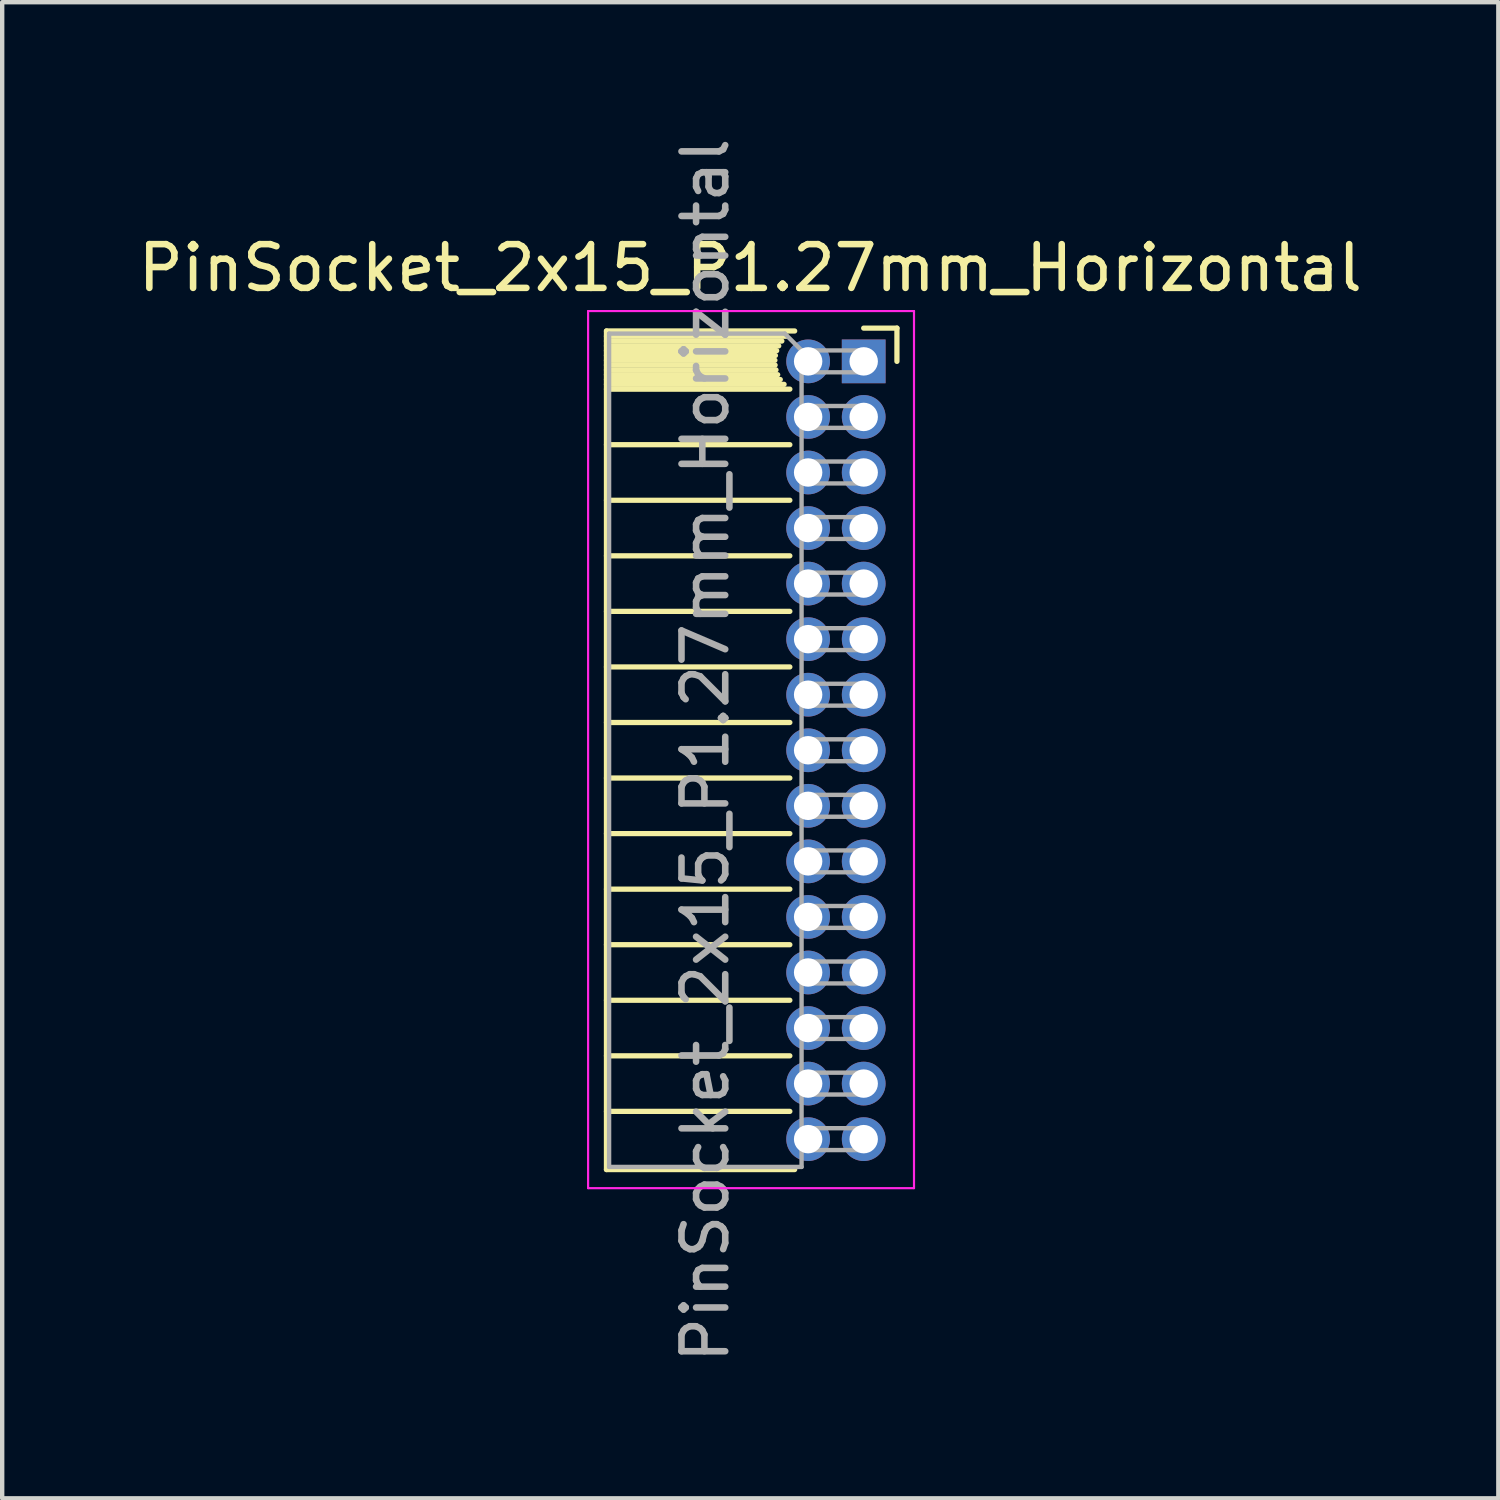
<source format=kicad_pcb>
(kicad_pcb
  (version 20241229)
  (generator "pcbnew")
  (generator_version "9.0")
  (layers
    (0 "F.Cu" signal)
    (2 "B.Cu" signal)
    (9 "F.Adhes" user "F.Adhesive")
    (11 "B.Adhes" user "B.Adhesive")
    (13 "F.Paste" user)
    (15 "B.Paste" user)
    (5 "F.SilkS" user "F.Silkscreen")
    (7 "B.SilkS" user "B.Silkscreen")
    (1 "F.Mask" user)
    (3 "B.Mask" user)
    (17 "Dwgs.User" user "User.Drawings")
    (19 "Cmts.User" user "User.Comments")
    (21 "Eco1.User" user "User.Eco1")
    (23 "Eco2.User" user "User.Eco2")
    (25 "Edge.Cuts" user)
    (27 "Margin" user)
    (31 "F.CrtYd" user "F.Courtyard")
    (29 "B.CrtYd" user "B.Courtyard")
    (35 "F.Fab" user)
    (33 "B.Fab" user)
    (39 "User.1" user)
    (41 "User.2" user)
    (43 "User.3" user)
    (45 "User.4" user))
  (footprint "PinSocket_2x15_P1.27mm_Horizontal"
    (layer "F.Cu")
    (at 16.694 5.211)
    (property "Reference" "PinSocket_2x15_P1.27mm_Horizontal" (at -2.592 -2.135 0) (layer "F.SilkS") (effects (font (size 1 1) (thickness 0.15))))
    (attr through_hole)
    (fp_line (start -5.88 -0.695) (end -5.88 18.475) (stroke (width 0.12) (type solid)) (layer "F.SilkS"))
    (fp_line (start -5.88 -0.695) (end -1.578 -0.695) (stroke (width 0.12) (type solid)) (layer "F.SilkS"))
    (fp_line (start -5.88 -0.575) (end -1.767 -0.575) (stroke (width 0.12) (type solid)) (layer "F.SilkS"))
    (fp_line (start -5.88 -0.465) (end -1.871 -0.465) (stroke (width 0.12) (type solid)) (layer "F.SilkS"))
    (fp_line (start -5.88 -0.355) (end -1.942 -0.355) (stroke (width 0.12) (type solid)) (layer "F.SilkS"))
    (fp_line (start -5.88 -0.245) (end -1.989 -0.245) (stroke (width 0.12) (type solid)) (layer "F.SilkS"))
    (fp_line (start -5.88 -0.135) (end -2.018 -0.135) (stroke (width 0.12) (type solid)) (layer "F.SilkS"))
    (fp_line (start -5.88 -0.025) (end -2.03 -0.025) (stroke (width 0.12) (type solid)) (layer "F.SilkS"))
    (fp_line (start -5.88 0.085) (end -2.025 0.085) (stroke (width 0.12) (type solid)) (layer "F.SilkS"))
    (fp_line (start -5.88 0.195) (end -2.005 0.195) (stroke (width 0.12) (type solid)) (layer "F.SilkS"))
    (fp_line (start -5.88 0.305) (end -1.966 0.305) (stroke (width 0.12) (type solid)) (layer "F.SilkS"))
    (fp_line (start -5.88 0.415) (end -1.907 0.415) (stroke (width 0.12) (type solid)) (layer "F.SilkS"))
    (fp_line (start -5.88 0.525) (end -1.82 0.525) (stroke (width 0.12) (type solid)) (layer "F.SilkS"))
    (fp_line (start -5.88 0.635) (end -1.688 0.635) (stroke (width 0.12) (type solid)) (layer "F.SilkS"))
    (fp_line (start -5.88 1.905) (end -1.688 1.905) (stroke (width 0.12) (type solid)) (layer "F.SilkS"))
    (fp_line (start -5.88 3.175) (end -1.688 3.175) (stroke (width 0.12) (type solid)) (layer "F.SilkS"))
    (fp_line (start -5.88 4.445) (end -1.688 4.445) (stroke (width 0.12) (type solid)) (layer "F.SilkS"))
    (fp_line (start -5.88 5.715) (end -1.688 5.715) (stroke (width 0.12) (type solid)) (layer "F.SilkS"))
    (fp_line (start -5.88 6.985) (end -1.688 6.985) (stroke (width 0.12) (type solid)) (layer "F.SilkS"))
    (fp_line (start -5.88 8.255) (end -1.688 8.255) (stroke (width 0.12) (type solid)) (layer "F.SilkS"))
    (fp_line (start -5.88 9.525) (end -1.688 9.525) (stroke (width 0.12) (type solid)) (layer "F.SilkS"))
    (fp_line (start -5.88 10.795) (end -1.688 10.795) (stroke (width 0.12) (type solid)) (layer "F.SilkS"))
    (fp_line (start -5.88 12.065) (end -1.688 12.065) (stroke (width 0.12) (type solid)) (layer "F.SilkS"))
    (fp_line (start -5.88 13.335) (end -1.688 13.335) (stroke (width 0.12) (type solid)) (layer "F.SilkS"))
    (fp_line (start -5.88 14.605) (end -1.688 14.605) (stroke (width 0.12) (type solid)) (layer "F.SilkS"))
    (fp_line (start -5.88 15.875) (end -1.688 15.875) (stroke (width 0.12) (type solid)) (layer "F.SilkS"))
    (fp_line (start -5.88 17.145) (end -1.688 17.145) (stroke (width 0.12) (type solid)) (layer "F.SilkS"))
    (fp_line (start -5.88 18.475) (end -1.578 18.475) (stroke (width 0.12) (type solid)) (layer "F.SilkS"))
    (fp_line (start 0 -0.76) (end 0.76 -0.76) (stroke (width 0.12) (type solid)) (layer "F.SilkS"))
    (fp_line (start 0.76 -0.76) (end 0.76 0) (stroke (width 0.12) (type solid)) (layer "F.SilkS"))
    (fp_line (start -6.3 -1.15) (end -6.3 18.9) (stroke (width 0.05) (type solid)) (layer "F.CrtYd"))
    (fp_line (start -6.3 18.9) (end 1.15 18.9) (stroke (width 0.05) (type solid)) (layer "F.CrtYd"))
    (fp_line (start 1.15 -1.15) (end -6.3 -1.15) (stroke (width 0.05) (type solid)) (layer "F.CrtYd"))
    (fp_line (start 1.15 18.9) (end 1.15 -1.15) (stroke (width 0.05) (type solid)) (layer "F.CrtYd"))
    (fp_line (start -5.82 -0.635) (end -1.805 -0.635) (stroke (width 0.1) (type solid)) (layer "F.Fab"))
    (fp_line (start -5.82 18.415) (end -5.82 -0.635) (stroke (width 0.1) (type solid)) (layer "F.Fab"))
    (fp_line (start -1.805 -0.635) (end -1.42 -0.25) (stroke (width 0.1) (type solid)) (layer "F.Fab"))
    (fp_line (start -1.42 -0.25) (end -1.42 18.415) (stroke (width 0.1) (type solid)) (layer "F.Fab"))
    (fp_line (start -1.42 0.25) (end 0 0.25) (stroke (width 0.1) (type solid)) (layer "F.Fab"))
    (fp_line (start -1.42 1.52) (end 0 1.52) (stroke (width 0.1) (type solid)) (layer "F.Fab"))
    (fp_line (start -1.42 2.79) (end 0 2.79) (stroke (width 0.1) (type solid)) (layer "F.Fab"))
    (fp_line (start -1.42 4.06) (end 0 4.06) (stroke (width 0.1) (type solid)) (layer "F.Fab"))
    (fp_line (start -1.42 5.33) (end 0 5.33) (stroke (width 0.1) (type solid)) (layer "F.Fab"))
    (fp_line (start -1.42 6.6) (end 0 6.6) (stroke (width 0.1) (type solid)) (layer "F.Fab"))
    (fp_line (start -1.42 7.87) (end 0 7.87) (stroke (width 0.1) (type solid)) (layer "F.Fab"))
    (fp_line (start -1.42 9.14) (end 0 9.14) (stroke (width 0.1) (type solid)) (layer "F.Fab"))
    (fp_line (start -1.42 10.41) (end 0 10.41) (stroke (width 0.1) (type solid)) (layer "F.Fab"))
    (fp_line (start -1.42 11.68) (end 0 11.68) (stroke (width 0.1) (type solid)) (layer "F.Fab"))
    (fp_line (start -1.42 12.95) (end 0 12.95) (stroke (width 0.1) (type solid)) (layer "F.Fab"))
    (fp_line (start -1.42 14.22) (end 0 14.22) (stroke (width 0.1) (type solid)) (layer "F.Fab"))
    (fp_line (start -1.42 15.49) (end 0 15.49) (stroke (width 0.1) (type solid)) (layer "F.Fab"))
    (fp_line (start -1.42 16.76) (end 0 16.76) (stroke (width 0.1) (type solid)) (layer "F.Fab"))
    (fp_line (start -1.42 18.03) (end 0 18.03) (stroke (width 0.1) (type solid)) (layer "F.Fab"))
    (fp_line (start -1.42 18.415) (end -5.82 18.415) (stroke (width 0.1) (type solid)) (layer "F.Fab"))
    (fp_line (start 0 -0.25) (end -1.42 -0.25) (stroke (width 0.1) (type solid)) (layer "F.Fab"))
    (fp_line (start 0 0.25) (end 0 -0.25) (stroke (width 0.1) (type solid)) (layer "F.Fab"))
    (fp_line (start 0 1.02) (end -1.42 1.02) (stroke (width 0.1) (type solid)) (layer "F.Fab"))
    (fp_line (start 0 1.52) (end 0 1.02) (stroke (width 0.1) (type solid)) (layer "F.Fab"))
    (fp_line (start 0 2.29) (end -1.42 2.29) (stroke (width 0.1) (type solid)) (layer "F.Fab"))
    (fp_line (start 0 2.79) (end 0 2.29) (stroke (width 0.1) (type solid)) (layer "F.Fab"))
    (fp_line (start 0 3.56) (end -1.42 3.56) (stroke (width 0.1) (type solid)) (layer "F.Fab"))
    (fp_line (start 0 4.06) (end 0 3.56) (stroke (width 0.1) (type solid)) (layer "F.Fab"))
    (fp_line (start 0 4.83) (end -1.42 4.83) (stroke (width 0.1) (type solid)) (layer "F.Fab"))
    (fp_line (start 0 5.33) (end 0 4.83) (stroke (width 0.1) (type solid)) (layer "F.Fab"))
    (fp_line (start 0 6.1) (end -1.42 6.1) (stroke (width 0.1) (type solid)) (layer "F.Fab"))
    (fp_line (start 0 6.6) (end 0 6.1) (stroke (width 0.1) (type solid)) (layer "F.Fab"))
    (fp_line (start 0 7.37) (end -1.42 7.37) (stroke (width 0.1) (type solid)) (layer "F.Fab"))
    (fp_line (start 0 7.87) (end 0 7.37) (stroke (width 0.1) (type solid)) (layer "F.Fab"))
    (fp_line (start 0 8.64) (end -1.42 8.64) (stroke (width 0.1) (type solid)) (layer "F.Fab"))
    (fp_line (start 0 9.14) (end 0 8.64) (stroke (width 0.1) (type solid)) (layer "F.Fab"))
    (fp_line (start 0 9.91) (end -1.42 9.91) (stroke (width 0.1) (type solid)) (layer "F.Fab"))
    (fp_line (start 0 10.41) (end 0 9.91) (stroke (width 0.1) (type solid)) (layer "F.Fab"))
    (fp_line (start 0 11.18) (end -1.42 11.18) (stroke (width 0.1) (type solid)) (layer "F.Fab"))
    (fp_line (start 0 11.68) (end 0 11.18) (stroke (width 0.1) (type solid)) (layer "F.Fab"))
    (fp_line (start 0 12.45) (end -1.42 12.45) (stroke (width 0.1) (type solid)) (layer "F.Fab"))
    (fp_line (start 0 12.95) (end 0 12.45) (stroke (width 0.1) (type solid)) (layer "F.Fab"))
    (fp_line (start 0 13.72) (end -1.42 13.72) (stroke (width 0.1) (type solid)) (layer "F.Fab"))
    (fp_line (start 0 14.22) (end 0 13.72) (stroke (width 0.1) (type solid)) (layer "F.Fab"))
    (fp_line (start 0 14.99) (end -1.42 14.99) (stroke (width 0.1) (type solid)) (layer "F.Fab"))
    (fp_line (start 0 15.49) (end 0 14.99) (stroke (width 0.1) (type solid)) (layer "F.Fab"))
    (fp_line (start 0 16.26) (end -1.42 16.26) (stroke (width 0.1) (type solid)) (layer "F.Fab"))
    (fp_line (start 0 16.76) (end 0 16.26) (stroke (width 0.1) (type solid)) (layer "F.Fab"))
    (fp_line (start 0 17.53) (end -1.42 17.53) (stroke (width 0.1) (type solid)) (layer "F.Fab"))
    (fp_line (start 0 18.03) (end 0 17.53) (stroke (width 0.1) (type solid)) (layer "F.Fab"))
    (fp_text user "${REFERENCE}" (at -3.62 8.89 90) (layer "F.Fab") (effects (font (size 1 1) (thickness 0.15))))
    (pad "1" thru_hole rect (at 0 0) (size 1 1) (drill 0.65) (layers "*.Cu" "*.Mask"))
    (pad "2" thru_hole circle (at -1.27 0) (size 1 1) (drill 0.65) (layers "*.Cu" "*.Mask"))
    (pad "3" thru_hole circle (at 0 1.27) (size 1 1) (drill 0.65) (layers "*.Cu" "*.Mask"))
    (pad "4" thru_hole circle (at -1.27 1.27) (size 1 1) (drill 0.65) (layers "*.Cu" "*.Mask"))
    (pad "5" thru_hole circle (at 0 2.54) (size 1 1) (drill 0.65) (layers "*.Cu" "*.Mask"))
    (pad "6" thru_hole circle (at -1.27 2.54) (size 1 1) (drill 0.65) (layers "*.Cu" "*.Mask"))
    (pad "7" thru_hole circle (at 0 3.81) (size 1 1) (drill 0.65) (layers "*.Cu" "*.Mask"))
    (pad "8" thru_hole circle (at -1.27 3.81) (size 1 1) (drill 0.65) (layers "*.Cu" "*.Mask"))
    (pad "9" thru_hole circle (at 0 5.08) (size 1 1) (drill 0.65) (layers "*.Cu" "*.Mask"))
    (pad "10" thru_hole circle (at -1.27 5.08) (size 1 1) (drill 0.65) (layers "*.Cu" "*.Mask"))
    (pad "11" thru_hole circle (at 0 6.35) (size 1 1) (drill 0.65) (layers "*.Cu" "*.Mask"))
    (pad "12" thru_hole circle (at -1.27 6.35) (size 1 1) (drill 0.65) (layers "*.Cu" "*.Mask"))
    (pad "13" thru_hole circle (at 0 7.62) (size 1 1) (drill 0.65) (layers "*.Cu" "*.Mask"))
    (pad "14" thru_hole circle (at -1.27 7.62) (size 1 1) (drill 0.65) (layers "*.Cu" "*.Mask"))
    (pad "15" thru_hole circle (at 0 8.89) (size 1 1) (drill 0.65) (layers "*.Cu" "*.Mask"))
    (pad "16" thru_hole circle (at -1.27 8.89) (size 1 1) (drill 0.65) (layers "*.Cu" "*.Mask"))
    (pad "17" thru_hole circle (at 0 10.16) (size 1 1) (drill 0.65) (layers "*.Cu" "*.Mask"))
    (pad "18" thru_hole circle (at -1.27 10.16) (size 1 1) (drill 0.65) (layers "*.Cu" "*.Mask"))
    (pad "19" thru_hole circle (at 0 11.43) (size 1 1) (drill 0.65) (layers "*.Cu" "*.Mask"))
    (pad "20" thru_hole circle (at -1.27 11.43) (size 1 1) (drill 0.65) (layers "*.Cu" "*.Mask"))
    (pad "21" thru_hole circle (at 0 12.7) (size 1 1) (drill 0.65) (layers "*.Cu" "*.Mask"))
    (pad "22" thru_hole circle (at -1.27 12.7) (size 1 1) (drill 0.65) (layers "*.Cu" "*.Mask"))
    (pad "23" thru_hole circle (at 0 13.97) (size 1 1) (drill 0.65) (layers "*.Cu" "*.Mask"))
    (pad "24" thru_hole circle (at -1.27 13.97) (size 1 1) (drill 0.65) (layers "*.Cu" "*.Mask"))
    (pad "25" thru_hole circle (at 0 15.24) (size 1 1) (drill 0.65) (layers "*.Cu" "*.Mask"))
    (pad "26" thru_hole circle (at -1.27 15.24) (size 1 1) (drill 0.65) (layers "*.Cu" "*.Mask"))
    (pad "27" thru_hole circle (at 0 16.51) (size 1 1) (drill 0.65) (layers "*.Cu" "*.Mask"))
    (pad "28" thru_hole circle (at -1.27 16.51) (size 1 1) (drill 0.65) (layers "*.Cu" "*.Mask"))
    (pad "29" thru_hole circle (at 0 17.78) (size 1 1) (drill 0.65) (layers "*.Cu" "*.Mask"))
    (pad "30" thru_hole circle (at -1.27 17.78) (size 1 1) (drill 0.65) (layers "*.Cu" "*.Mask")))
  (gr_rect
    (start -3 -3)
    (end 31.202 31.202)
    (stroke (width 0.1) (type default))
    (fill no)
    (layer "Edge.Cuts")))
</source>
